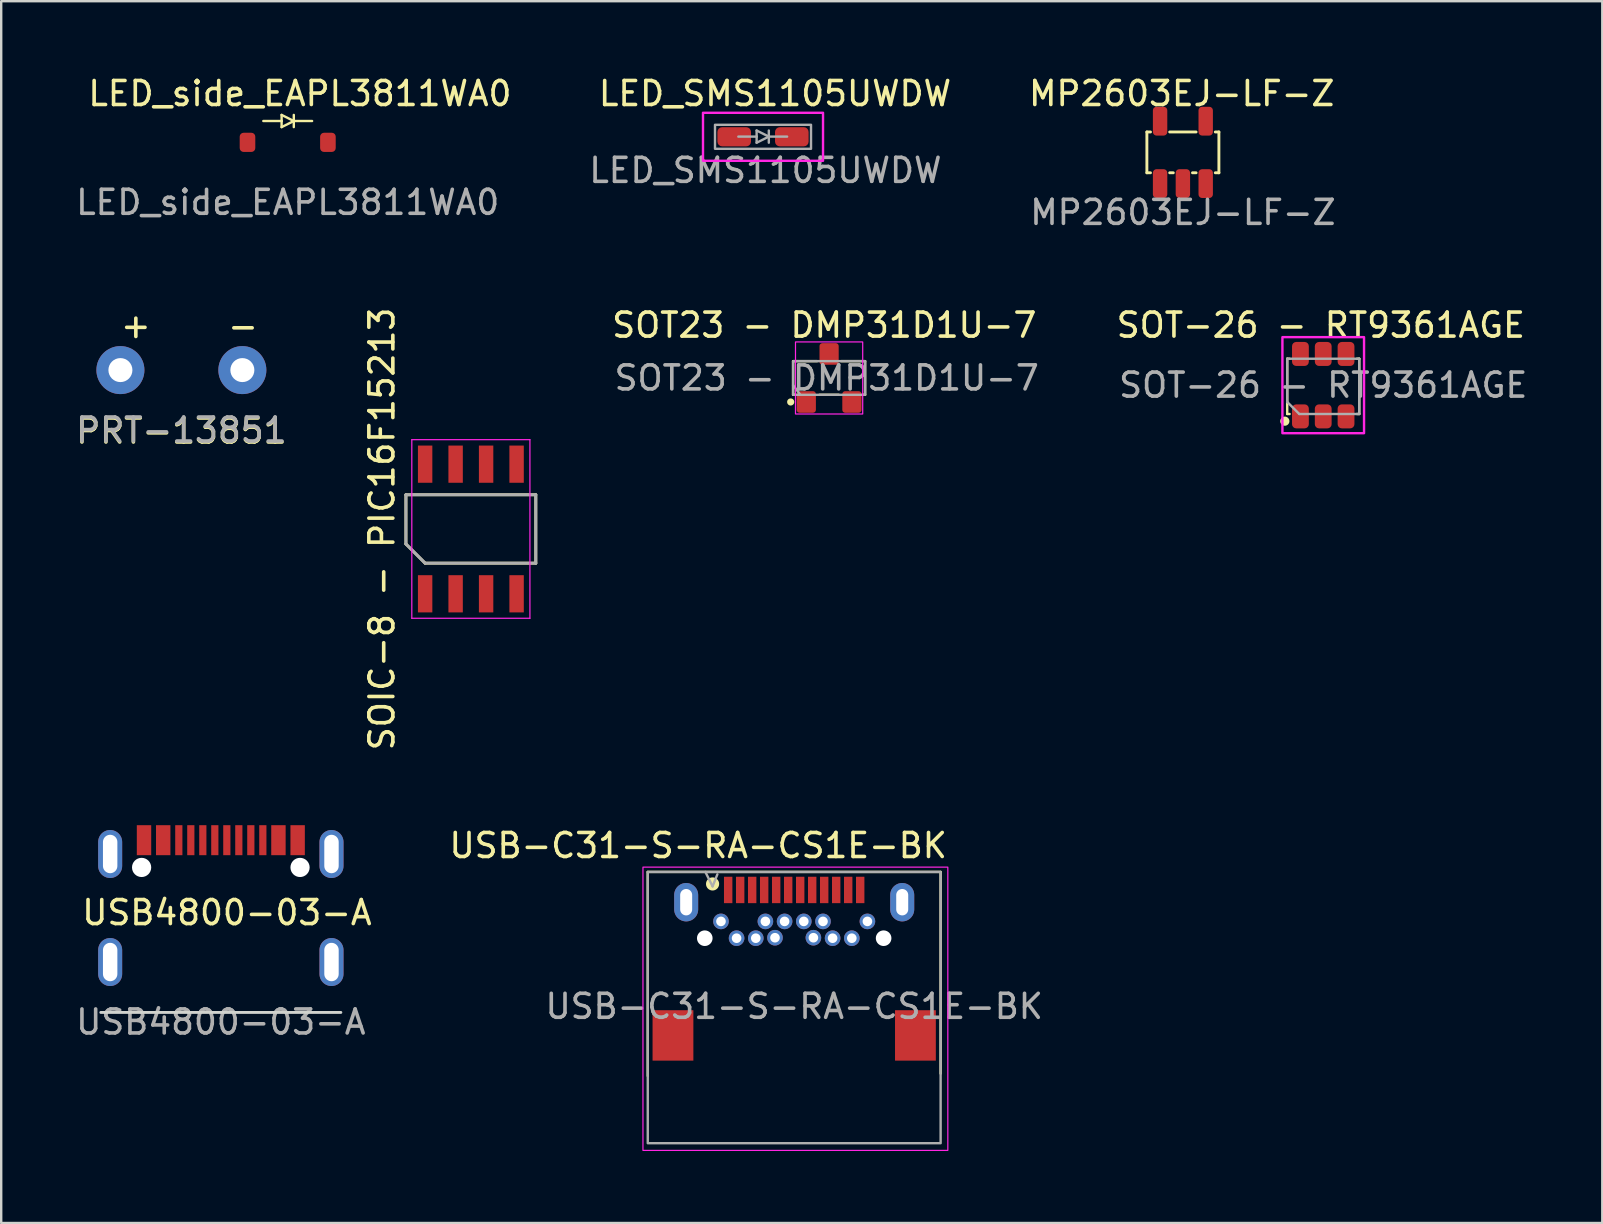
<source format=kicad_pcb>
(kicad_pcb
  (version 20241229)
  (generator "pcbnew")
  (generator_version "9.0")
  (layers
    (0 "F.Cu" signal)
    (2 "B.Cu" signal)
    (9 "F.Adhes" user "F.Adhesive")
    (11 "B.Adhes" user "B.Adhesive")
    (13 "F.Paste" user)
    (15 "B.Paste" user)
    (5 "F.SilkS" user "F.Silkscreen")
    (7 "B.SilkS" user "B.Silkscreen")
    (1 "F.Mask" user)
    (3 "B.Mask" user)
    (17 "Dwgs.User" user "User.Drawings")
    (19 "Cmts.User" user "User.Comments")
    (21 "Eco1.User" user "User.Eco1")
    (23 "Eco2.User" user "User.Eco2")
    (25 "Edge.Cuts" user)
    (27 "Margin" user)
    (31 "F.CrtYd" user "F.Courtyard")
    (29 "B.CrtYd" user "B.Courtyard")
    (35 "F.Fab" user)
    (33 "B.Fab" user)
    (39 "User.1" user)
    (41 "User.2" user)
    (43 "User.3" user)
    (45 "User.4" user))
  (footprint "USB-C31-S-RA-CS1E-BK"
    (layer "F.Cu")
    (at 30.034 38.873)
    (property "Reference" "USB-C31-S-RA-CS1E-BK" (at -4 -6.7 0) (unlocked yes) (layer "F.SilkS") (effects (font (size 1 1) (thickness 0.15))))
    (attr through_hole)
    (fp_line (start -6.1 -5.6) (end 6.1 -5.6) (stroke (width 0.1) (type default)) (layer "F.SilkS"))
    (fp_line (start -6.1 2.9) (end -6.1 -5.6) (stroke (width 0.1) (type default)) (layer "F.SilkS"))
    (fp_line (start 6.1 -5.6) (end 6.1 2.8) (stroke (width 0.1) (type default)) (layer "F.SilkS"))
    (fp_circle (center -3.4 -5.1) (end -3.5 -4.9) (stroke (width 0.1) (type default)) (fill yes) (layer "F.SilkS"))
    (fp_rect (start -6.3 -5.8) (end 6.4 6) (stroke (width 0.05) (type default)) (fill no) (layer "F.CrtYd"))
    (fp_line (start -3.7 -5.6) (end -3.4 -5) (stroke (width 0.1) (type default)) (layer "F.Fab"))
    (fp_line (start -3.4 -5) (end -3.2 -5.5) (stroke (width 0.1) (type default)) (layer "F.Fab"))
    (fp_rect (start -6.1 -5.6) (end 6.1 5.7) (stroke (width 0.1) (type default)) (fill no) (layer "F.Fab"))
    (fp_text user "${REFERENCE}" (at 0 0 0) (unlocked yes) (layer "F.Fab") (effects (font (size 1 1) (thickness 0.15))))
    (pad "" np_thru_hole circle (at -3.725 -2.84) (size 0.65 0.65) (drill 0.65) (layers "*.Cu" "*.Mask"))
    (pad "" np_thru_hole circle (at 3.725 -2.84) (size 0.65 0.65) (drill oval 0.95 0.65) (layers "*.Cu" "*.Mask"))
    (pad "0" smd rect (at -5.05 1.06) (size 1.7 2.1) (drill oval (offset 0 0.15)) (layers "F.Cu" "F.Mask" "F.Paste"))
    (pad "0" thru_hole oval (at -4.5 -4.34) (size 1 1.6) (drill oval 0.5 1.1) (layers "*.Cu" "*.Mask"))
    (pad "0" thru_hole oval (at 4.5 -4.34) (size 1 1.6) (drill oval 0.5 1.1) (layers "*.Cu" "*.Mask"))
    (pad "0" smd rect (at 5.05 1.06) (size 1.7 2.1) (drill oval (offset 0 0.15)) (layers "F.Cu" "F.Mask" "F.Paste"))
    (pad "A1" smd rect (at -2.75 -4.85) (size 0.35 1.1) (layers "F.Cu" "F.Mask" "F.Paste"))
    (pad "A2" smd rect (at -2.25 -4.85) (size 0.35 1.1) (layers "F.Cu" "F.Mask" "F.Paste"))
    (pad "A3" smd rect (at -1.75 -4.85) (size 0.35 1.1) (layers "F.Cu" "F.Mask" "F.Paste"))
    (pad "A4" smd rect (at -1.25 -4.85) (size 0.35 1.1) (layers "F.Cu" "F.Mask" "F.Paste"))
    (pad "A5" smd rect (at -0.75 -4.85) (size 0.35 1.1) (layers "F.Cu" "F.Mask" "F.Paste"))
    (pad "A6" smd rect (at -0.25 -4.85) (size 0.35 1.1) (layers "F.Cu" "F.Mask" "F.Paste"))
    (pad "A7" smd rect (at 0.25 -4.85) (size 0.35 1.1) (layers "F.Cu" "F.Mask" "F.Paste"))
    (pad "A8" smd rect (at 0.75 -4.85) (size 0.35 1.1) (layers "F.Cu" "F.Mask" "F.Paste"))
    (pad "A9" smd rect (at 1.25 -4.85) (size 0.35 1.1) (layers "F.Cu" "F.Mask" "F.Paste"))
    (pad "A10" smd rect (at 1.75 -4.85) (size 0.35 1.1) (layers "F.Cu" "F.Mask" "F.Paste"))
    (pad "A11" smd rect (at 2.25 -4.85) (size 0.35 1.1) (layers "F.Cu" "F.Mask" "F.Paste"))
    (pad "A12" smd rect (at 2.75 -4.85) (size 0.35 1.1) (layers "F.Cu" "F.Mask" "F.Paste"))
    (pad "B1" thru_hole circle (at 3.05 -3.54) (size 0.65 0.65) (drill 0.4) (layers "*.Cu" "*.Mask"))
    (pad "B2" thru_hole circle (at 2.4 -2.84) (size 0.65 0.65) (drill 0.4) (layers "*.Cu" "*.Mask"))
    (pad "B3" thru_hole circle (at 1.6 -2.84) (size 0.65 0.65) (drill 0.4) (layers "*.Cu" "*.Mask"))
    (pad "B4" thru_hole circle (at 1.2 -3.54) (size 0.65 0.65) (drill 0.4) (layers "*.Cu" "*.Mask"))
    (pad "B5" thru_hole circle (at 0.8 -2.86) (size 0.65 0.65) (drill 0.4) (layers "*.Cu" "*.Mask"))
    (pad "B6" thru_hole circle (at 0.4 -3.54) (size 0.65 0.65) (drill 0.4) (layers "*.Cu" "*.Mask"))
    (pad "B7" thru_hole circle (at -0.4 -3.54) (size 0.65 0.65) (drill 0.4) (layers "*.Cu" "*.Mask"))
    (pad "B8" thru_hole circle (at -0.8 -2.86) (size 0.65 0.65) (drill 0.4) (layers "*.Cu" "*.Mask"))
    (pad "B9" thru_hole circle (at -1.2 -3.54) (size 0.65 0.65) (drill 0.4) (layers "*.Cu" "*.Mask"))
    (pad "B10" thru_hole circle (at -1.6 -2.84) (size 0.65 0.65) (drill 0.4) (layers "*.Cu" "*.Mask"))
    (pad "B11" thru_hole circle (at -2.4 -2.84) (size 0.65 0.65) (drill 0.4) (layers "*.Cu" "*.Mask"))
    (pad "B12" thru_hole circle (at -3.05 -3.54) (size 0.65 0.65) (drill 0.4) (layers "*.Cu" "*.Mask")))
  (footprint "SOT-26 - RT9361AGE"
    (layer "F.Cu")
    (at 52.072 12.995)
    (property "Reference" "SOT-26 - RT9361AGE" (at -0.1 -2.5 0) (unlocked yes) (layer "F.SilkS") (effects (font (size 1 1) (thickness 0.15))))
    (attr smd)
    (fp_line (start -1.5 -1.1) (end -1.4 -1.1) (stroke (width 0.1) (type default)) (layer "F.SilkS"))
    (fp_line (start -1.5 1.2) (end -1.5 -1.1) (stroke (width 0.1) (type default)) (layer "F.SilkS"))
    (fp_line (start -1.5 1.2) (end -1.4 1.2) (stroke (width 0.1) (type default)) (layer "F.SilkS"))
    (fp_line (start 1.4 -1.1) (end 1.5 -1.1) (stroke (width 0.1) (type default)) (layer "F.SilkS"))
    (fp_line (start 1.4 1.2) (end 1.5 1.2) (stroke (width 0.1) (type default)) (layer "F.SilkS"))
    (fp_line (start 1.5 -1.1) (end 1.5 1.2) (stroke (width 0.1) (type default)) (layer "F.SilkS"))
    (fp_circle (center -1.6 1.5) (end -1.5 1.4) (stroke (width 0.1) (type default)) (fill yes) (layer "F.SilkS"))
    (fp_rect (start -1.7 -2) (end 1.7 2) (stroke (width 0.1) (type default)) (fill no) (layer "F.CrtYd"))
    (fp_line (start -1.5 -1.1) (end 1.5 -1.1) (stroke (width 0.1) (type default)) (layer "F.Fab"))
    (fp_line (start -1.5 0.7) (end -1.5 -1.1) (stroke (width 0.1) (type default)) (layer "F.Fab"))
    (fp_line (start -1 1.2) (end -1.5 0.7) (stroke (width 0.1) (type default)) (layer "F.Fab"))
    (fp_line (start 1.5 -1.1) (end 1.5 1.2) (stroke (width 0.1) (type default)) (layer "F.Fab"))
    (fp_line (start 1.5 1.2) (end -1 1.2) (stroke (width 0.1) (type default)) (layer "F.Fab"))
    (fp_text user "${REFERENCE}" (at 0 0 0) (unlocked yes) (layer "F.Fab") (effects (font (size 1 1) (thickness 0.15))))
    (pad "1" smd roundrect (at -0.95 1.3) (size 0.7 1) (layers "F.Cu" "F.Mask" "F.Paste") (roundrect_rratio 0.25))
    (pad "2" smd roundrect (at 0 1.3) (size 0.7 1) (layers "F.Cu" "F.Mask" "F.Paste") (roundrect_rratio 0.25))
    (pad "3" smd roundrect (at 0.95 1.3) (size 0.7 1) (layers "F.Cu" "F.Mask" "F.Paste") (roundrect_rratio 0.25))
    (pad "4" smd roundrect (at 0.95 -1.3) (size 0.7 1) (layers "F.Cu" "F.Mask" "F.Paste") (roundrect_rratio 0.25))
    (pad "5" smd roundrect (at 0 -1.3) (size 0.7 1) (layers "F.Cu" "F.Mask" "F.Paste") (roundrect_rratio 0.25))
    (pad "6" smd roundrect (at -0.95 -1.3) (size 0.7 1) (layers "F.Cu" "F.Mask" "F.Paste") (roundrect_rratio 0.25)))
  (footprint "USB4800-03-A"
    (layer "F.Cu")
    (at 6.149 37.025)
    (property "Reference" "USB4800-03-A" (at 0.254 -2.057 0) (unlocked yes) (layer "F.SilkS") (effects (font (size 1 1) (thickness 0.15))))
    (attr through_hole)
    (fp_line (start -5 2.1) (end 5 2.1) (stroke (width 0.12) (type default)) (layer "Edge.Cuts"))
    (fp_text user "${REFERENCE}" (at 0 2.5 0) (unlocked yes) (layer "F.Fab") (effects (font (size 1 1) (thickness 0.15))))
    (pad "" np_thru_hole circle (at -3.3 -3.94) (size 0.8 0.8) (drill 0.8) (layers "*.Cu" "*.Mask"))
    (pad "" np_thru_hole circle (at 3.3 -3.94) (size 0.8 0.8) (drill 0.8) (layers "*.Cu" "*.Mask"))
    (pad "0" thru_hole oval (at -4.61 -4.5) (size 1 2) (drill oval 0.6 1.6) (layers "*.Cu" "*.Mask"))
    (pad "0" thru_hole oval (at -4.61 0) (size 1 2) (drill oval 0.6 1.6) (layers "*.Cu" "*.Mask"))
    (pad "0" thru_hole oval (at 4.61 -4.5) (size 1 2) (drill oval 0.6 1.6) (layers "*.Cu" "*.Mask"))
    (pad "0" thru_hole oval (at 4.61 0) (size 1 2) (drill oval 0.6 1.6) (layers "*.Cu" "*.Mask"))
    (pad "A1/B12" smd rect (at -3.2 -5.075) (size 0.6 1.25) (layers "F.Cu" "F.Mask" "F.Paste"))
    (pad "A4/B9" smd rect (at -2.4 -5.075) (size 0.6 1.25) (layers "F.Cu" "F.Mask" "F.Paste"))
    (pad "A5" smd rect (at -1.25 -5.075) (size 0.3 1.25) (layers "F.Cu" "F.Mask" "F.Paste"))
    (pad "A6" smd rect (at -0.25 -5.075) (size 0.3 1.25) (layers "F.Cu" "F.Mask" "F.Paste"))
    (pad "A7" smd rect (at 0.25 -5.075) (size 0.3 1.25) (layers "F.Cu" "F.Mask" "F.Paste"))
    (pad "A8" smd rect (at 1.25 -5.075) (size 0.3 1.25) (layers "F.Cu" "F.Mask" "F.Paste"))
    (pad "B1/A12" smd rect (at 3.2 -5.075) (size 0.6 1.25) (layers "F.Cu" "F.Mask" "F.Paste"))
    (pad "B4/A9" smd rect (at 2.4 -5.075) (size 0.6 1.25) (layers "F.Cu" "F.Mask" "F.Paste"))
    (pad "B5" smd rect (at 1.75 -5.075) (size 0.3 1.25) (layers "F.Cu" "F.Mask" "F.Paste"))
    (pad "B6" smd rect (at 0.75 -5.075) (size 0.3 1.25) (layers "F.Cu" "F.Mask" "F.Paste"))
    (pad "B7" smd rect (at -0.75 -5.075) (size 0.3 1.25) (layers "F.Cu" "F.Mask" "F.Paste"))
    (pad "B8" smd rect (at -1.75 -5.075) (size 0.3 1.25) (layers "F.Cu" "F.Mask" "F.Paste")))
  (footprint "MP2603EJ-LF-Z"
    (layer "F.Cu")
    (at 46.226 3.298)
    (property "Reference" "MP2603EJ-LF-Z" (at -0.05 -2.45 0) (unlocked yes) (layer "F.SilkS") (effects (font (size 1 1) (thickness 0.15))))
    (attr smd)
    (fp_line (start -1.5 -0.85) (end -1.35 -0.85) (stroke (width 0.12) (type default)) (layer "F.SilkS"))
    (fp_line (start -1.5 0.85) (end -1.5 -0.85) (stroke (width 0.12) (type default)) (layer "F.SilkS"))
    (fp_line (start -1.35 0.85) (end -1.5 0.85) (stroke (width 0.12) (type default)) (layer "F.SilkS"))
    (fp_line (start -0.55 0.85) (end -0.4 0.85) (stroke (width 0.12) (type default)) (layer "F.SilkS"))
    (fp_line (start 0.4 0.85) (end 0.55 0.85) (stroke (width 0.12) (type default)) (layer "F.SilkS"))
    (fp_line (start 0.55 -0.85) (end -0.55 -0.85) (stroke (width 0.12) (type default)) (layer "F.SilkS"))
    (fp_line (start 1.35 -0.85) (end 1.5 -0.85) (stroke (width 0.12) (type default)) (layer "F.SilkS"))
    (fp_line (start 1.5 -0.85) (end 1.5 0.85) (stroke (width 0.12) (type default)) (layer "F.SilkS"))
    (fp_line (start 1.5 0.85) (end 1.35 0.85) (stroke (width 0.12) (type default)) (layer "F.SilkS"))
    (fp_text user "${REFERENCE}" (at 0 2.5 0) (unlocked yes) (layer "F.Fab") (effects (font (size 1 1) (thickness 0.15))))
    (pad "1" smd roundrect (at -0.95 1.3) (size 0.6 1.2) (layers "F.Cu" "F.Mask" "F.Paste") (roundrect_rratio 0.25))
    (pad "2" smd roundrect (at 0 1.3) (size 0.6 1.2) (layers "F.Cu" "F.Mask" "F.Paste") (roundrect_rratio 0.25))
    (pad "3" smd roundrect (at 0.95 1.3) (size 0.6 1.2) (layers "F.Cu" "F.Mask" "F.Paste") (roundrect_rratio 0.25))
    (pad "4" smd roundrect (at 0.95 -1.3) (size 0.6 1.2) (layers "F.Cu" "F.Mask" "F.Paste") (roundrect_rratio 0.25))
    (pad "5" smd roundrect (at -0.95 -1.3) (size 0.6 1.2) (layers "F.Cu" "F.Mask" "F.Paste") (roundrect_rratio 0.25)))
  (footprint "LED_side_EAPL3811WA0"
    (layer "F.Cu")
    (at 8.935 2.88)
    (property "Reference" "LED_side_EAPL3811WA0" (at 0.508 -2.032 0) (unlocked yes) (layer "F.SilkS") (effects (font (size 1 1) (thickness 0.15))))
    (attr smd)
    (fp_line (start -1.016 -0.889) (end -0.254 -0.889) (stroke (width 0.1) (type default)) (layer "F.SilkS"))
    (fp_line (start -0.254 -1.143) (end 0.254 -0.889) (stroke (width 0.1) (type default)) (layer "F.SilkS"))
    (fp_line (start -0.254 -0.889) (end -0.254 -1.143) (stroke (width 0.1) (type default)) (layer "F.SilkS"))
    (fp_line (start -0.254 -0.635) (end -0.254 -0.889) (stroke (width 0.1) (type default)) (layer "F.SilkS"))
    (fp_line (start 0.254 -1.143) (end 0.254 -0.635) (stroke (width 0.1) (type default)) (layer "F.SilkS"))
    (fp_line (start 0.254 -0.889) (end -0.254 -0.635) (stroke (width 0.1) (type default)) (layer "F.SilkS"))
    (fp_line (start 0.254 -0.889) (end 1.016 -0.889) (stroke (width 0.1) (type default)) (layer "F.SilkS"))
    (fp_text user "${REFERENCE}" (at 0 2.5 0) (unlocked yes) (layer "F.Fab") (effects (font (size 1 1) (thickness 0.15))))
    (pad "1" smd roundrect (at -1.675 0) (size 0.65 0.8) (layers "F.Cu" "F.Mask" "F.Paste") (roundrect_rratio 0.25))
    (pad "2" smd roundrect (at 1.675 0) (size 0.65 0.8) (layers "F.Cu" "F.Mask" "F.Paste") (roundrect_rratio 0.25)))
  (footprint "SOT23 - DMP31D1U-7"
    (layer "F.Cu")
    (at 31.488 12.695)
    (property "Reference" "SOT23 - DMP31D1U-7" (at -0.2 -2.2 0) (unlocked yes) (layer "F.SilkS") (effects (font (size 1 1) (thickness 0.15))))
    (attr smd)
    (fp_line (start -1.5 -0.7) (end -0.5 -0.7) (stroke (width 0.1) (type default)) (layer "F.SilkS"))
    (fp_line (start -1.5 0.7) (end -1.5 -0.7) (stroke (width 0.1) (type default)) (layer "F.SilkS"))
    (fp_line (start -1.4 0.7) (end -1.5 0.7) (stroke (width 0.1) (type default)) (layer "F.SilkS"))
    (fp_line (start 0.4 0.7) (end -0.4 0.7) (stroke (width 0.1) (type default)) (layer "F.SilkS"))
    (fp_line (start 0.5 -0.7) (end 1.5 -0.7) (stroke (width 0.1) (type default)) (layer "F.SilkS"))
    (fp_line (start 1.5 -0.7) (end 1.5 0.7) (stroke (width 0.1) (type default)) (layer "F.SilkS"))
    (fp_line (start 1.5 0.7) (end 1.4 0.7) (stroke (width 0.1) (type default)) (layer "F.SilkS"))
    (fp_circle (center -1.6 1) (end -1.6 1.1) (stroke (width 0.1) (type default)) (fill yes) (layer "F.SilkS"))
    (fp_rect (start -1.4 -1.5) (end 1.4 1.5) (stroke (width 0.05) (type default)) (fill no) (layer "F.CrtYd"))
    (fp_line (start -1.5 0.3) (end -1.2 0.7) (stroke (width 0.1) (type default)) (layer "F.Fab"))
    (fp_rect (start -1.5 -0.7) (end 1.5 0.7) (stroke (width 0.1) (type default)) (fill no) (layer "F.Fab"))
    (fp_text user "${REFERENCE}" (at -0.1 0 0) (unlocked yes) (layer "F.Fab") (effects (font (size 1 1) (thickness 0.15))))
    (pad "D" smd roundrect (at 0 -1) (size 0.8 0.9) (layers "F.Cu" "F.Mask" "F.Paste") (roundrect_rratio 0.15))
    (pad "G" smd roundrect (at -0.95 1) (size 0.8 0.9) (layers "F.Cu" "F.Mask" "F.Paste") (roundrect_rratio 0.15))
    (pad "S" smd roundrect (at 0.95 1) (size 0.8 0.9) (layers "F.Cu" "F.Mask" "F.Paste") (roundrect_rratio 0.15)))
  (footprint "SOIC-8 - PIC16F15213"
    (layer "F.Cu")
    (at 16.565 18.986)
    (property "Reference" "SOIC-8 - PIC16F15213" (at -3.705 0 90) (layer "F.SilkS") (effects (font (size 1 1) (thickness 0.15))))
    (attr smd)
    (fp_line (start -2.705 -1.425) (end 2.705 -1.425) (stroke (width 0.12) (type default)) (layer "F.SilkS"))
    (fp_line (start -2.705 0.625) (end -2.705 -1.425) (stroke (width 0.12) (type default)) (layer "F.SilkS"))
    (fp_line (start -1.905 1.425) (end -2.705 0.625) (stroke (width 0.12) (type default)) (layer "F.SilkS"))
    (fp_line (start 2.705 -1.425) (end 2.705 1.425) (stroke (width 0.12) (type default)) (layer "F.SilkS"))
    (fp_line (start 2.705 1.425) (end -1.905 1.425) (stroke (width 0.12) (type default)) (layer "F.SilkS"))
    (fp_line (start -2.46 -3.72) (end 2.46 -3.72) (stroke (width 0.05) (type default)) (layer "F.CrtYd"))
    (fp_line (start -2.46 3.72) (end -2.46 -3.72) (stroke (width 0.05) (type default)) (layer "F.CrtYd"))
    (fp_line (start 2.46 -3.72) (end 2.46 3.72) (stroke (width 0.05) (type default)) (layer "F.CrtYd"))
    (fp_line (start 2.46 3.72) (end -2.46 3.72) (stroke (width 0.05) (type default)) (layer "F.CrtYd"))
    (fp_line (start -2.705 -1.425) (end 2.705 -1.425) (stroke (width 0.12) (type default)) (layer "F.Fab"))
    (fp_line (start -2.705 0.625) (end -2.705 -1.425) (stroke (width 0.12) (type default)) (layer "F.Fab"))
    (fp_line (start -1.905 1.425) (end -2.705 0.625) (stroke (width 0.12) (type default)) (layer "F.Fab"))
    (fp_line (start 2.705 -1.425) (end 2.705 1.425) (stroke (width 0.12) (type default)) (layer "F.Fab"))
    (fp_line (start 2.705 1.425) (end -1.905 1.425) (stroke (width 0.12) (type default)) (layer "F.Fab"))
    (pad "1" smd rect (at -1.905 2.7) (size 0.6 1.55) (layers "F.Cu" "F.Mask" "F.Paste"))
    (pad "2" smd rect (at -0.635 2.7) (size 0.6 1.55) (layers "F.Cu" "F.Mask" "F.Paste"))
    (pad "3" smd rect (at 0.635 2.7) (size 0.6 1.55) (layers "F.Cu" "F.Mask" "F.Paste"))
    (pad "4" smd rect (at 1.905 2.7) (size 0.6 1.55) (layers "F.Cu" "F.Mask" "F.Paste"))
    (pad "5" smd rect (at 1.905 -2.7) (size 0.6 1.55) (layers "F.Cu" "F.Mask" "F.Paste"))
    (pad "6" smd rect (at 0.635 -2.7) (size 0.6 1.55) (layers "F.Cu" "F.Mask" "F.Paste"))
    (pad "7" smd rect (at -0.635 -2.7) (size 0.6 1.55) (layers "F.Cu" "F.Mask" "F.Paste"))
    (pad "8" smd rect (at -1.905 -2.7) (size 0.6 1.55) (layers "F.Cu" "F.Mask" "F.Paste")))
  (footprint "LED_SMS1105UWDW"
    (layer "F.Cu")
    (at 28.735 2.648)
    (property "Reference" "LED_SMS1105UWDW" (at 0.5 -1.8 0) (unlocked yes) (layer "F.SilkS") (effects (font (size 1 1) (thickness 0.15))))
    (attr smd)
    (fp_rect (start -2.5 -1) (end 2.5 1) (stroke (width 0.1) (type default)) (fill no) (layer "F.CrtYd"))
    (fp_line (start -1.028 -0.007) (end -0.266 -0.007) (stroke (width 0.1) (type default)) (layer "F.Fab"))
    (fp_line (start -0.266 -0.261) (end 0.242 -0.007) (stroke (width 0.1) (type default)) (layer "F.Fab"))
    (fp_line (start -0.266 -0.007) (end -0.266 -0.261) (stroke (width 0.1) (type default)) (layer "F.Fab"))
    (fp_line (start -0.266 0.247) (end -0.266 -0.007) (stroke (width 0.1) (type default)) (layer "F.Fab"))
    (fp_line (start 0.242 -0.261) (end 0.242 0.247) (stroke (width 0.1) (type default)) (layer "F.Fab"))
    (fp_line (start 0.242 -0.007) (end -0.266 0.247) (stroke (width 0.1) (type default)) (layer "F.Fab"))
    (fp_line (start 0.242 -0.007) (end 1.004 -0.007) (stroke (width 0.1) (type default)) (layer "F.Fab"))
    (fp_rect (start -2 -0.5) (end 2 0.5) (stroke (width 0.1) (type default)) (fill no) (layer "F.Fab"))
    (fp_text user "${REFERENCE}" (at 0.1 1.4 0) (unlocked yes) (layer "F.Fab") (effects (font (size 1 1) (thickness 0.15))))
    (pad "A" smd roundrect (at -1.2 0 180) (size 1.4 0.8) (layers "F.Cu" "F.Mask" "F.Paste") (roundrect_rratio 0.25))
    (pad "K" smd roundrect (at 1.2 0) (size 1.4 0.8) (layers "F.Cu" "F.Mask" "F.Paste") (roundrect_rratio 0.25)))
  (footprint "PRT-13851"
    (layer "F.Cu")
    (at 4.506 12.367)
    (property "Reference" "PRT-13851" (at 0 2.54 0) (unlocked yes) (layer "F.SilkS") (effects (font (size 1 1) (thickness 0.15))))
    (attr through_hole)
    (fp_text user "-" (at 1.849 -1.25 0) (unlocked yes) (layer "F.SilkS") (effects (font (size 1 1) (thickness 0.15)) (justify left bottom)))
    (fp_text user "+" (at -2.615 -1.271 0) (unlocked yes) (layer "F.SilkS") (effects (font (size 1 1) (thickness 0.15)) (justify left bottom)))
    (fp_text user "${REFERENCE}" (at 0 2.5 0) (unlocked yes) (layer "F.Fab") (effects (font (size 1 1) (thickness 0.15))))
    (pad "1" thru_hole circle (at -2.54 0) (size 2 2) (drill 1) (layers "*.Cu" "*.Mask"))
    (pad "2" thru_hole circle (at 2.54 0) (size 2 2) (drill 1) (layers "*.Cu" "*.Mask")))
  (gr_rect
    (start -3 -3)
    (end 63.697 47.898)
    (stroke (width 0.1) (type default))
    (fill no)
    (layer "Edge.Cuts")))
</source>
